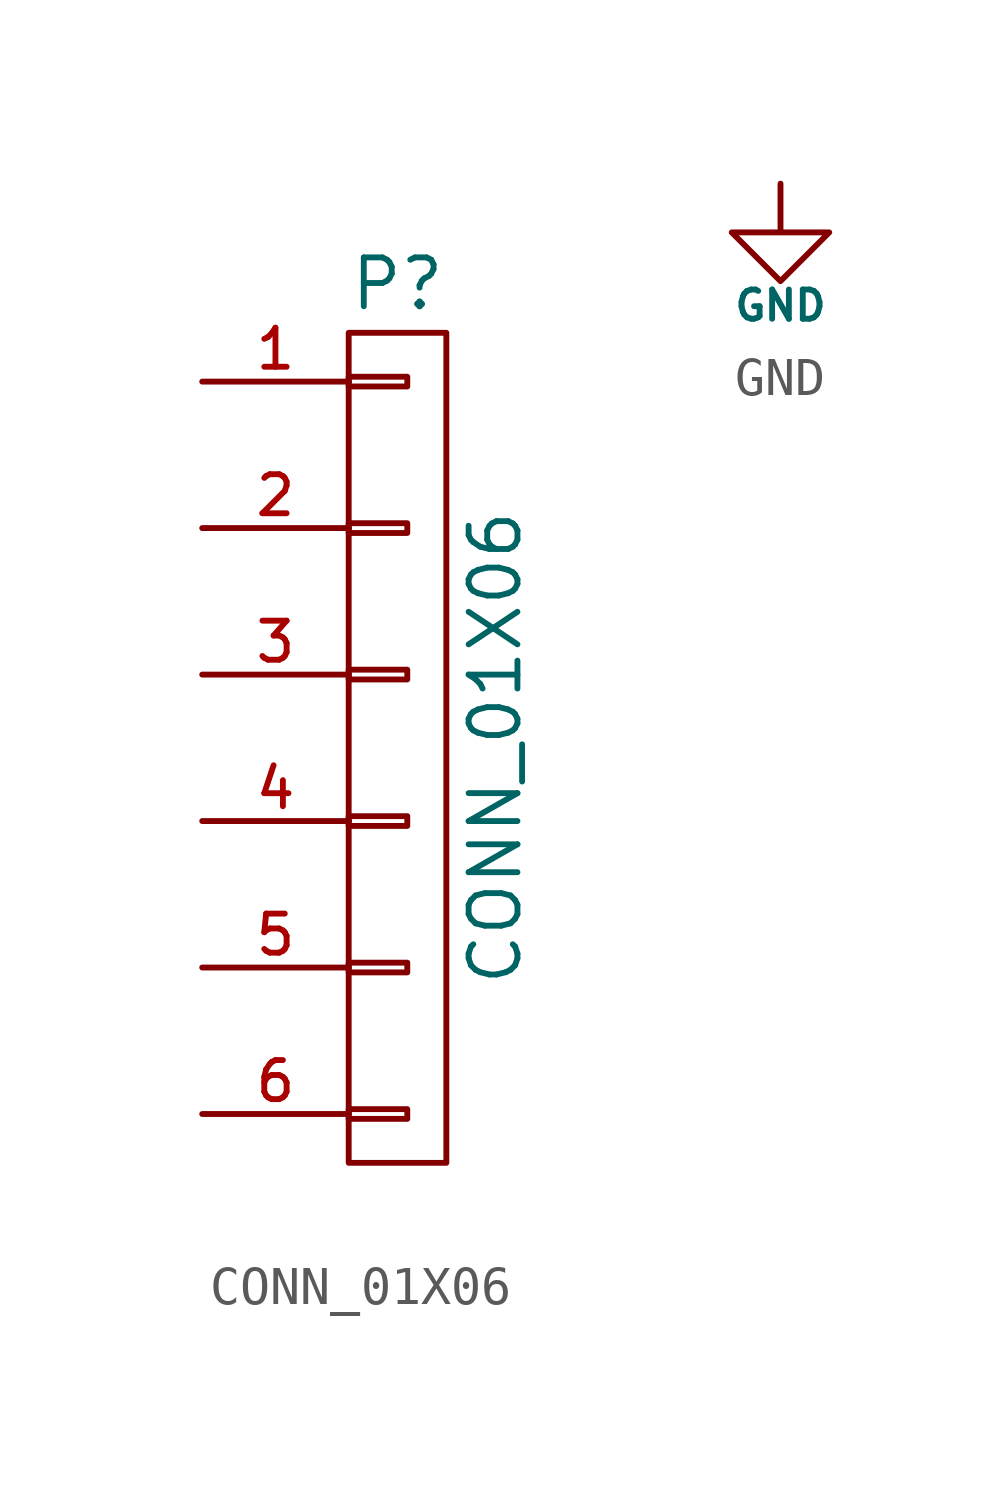
<source format=kicad_sym>
(kicad_symbol_lib
  (version 20211014)
  (generator kicad_symbol_editor)
  (symbol "CONN_01X06"
    (pin_names
      (offset 1.016) hide)
    (property "Reference" "P"
      (at 0 12.065 0)
      (effects (font (size 1.27 1.27))))
    (property "Value" "CONN_01X06"
      (at 2.54 0 90)
      (effects (font (size 1.27 1.27))))
    (property "Footprint" ""
      (at 0 5.715 0)
      (effects (font (size 1.27 1.27))))
    (property "Datasheet" ""
      (at 0 5.715 0)
      (effects (font (size 1.27 1.27))))
    (symbol "CONN_01X06_0_1"
      (rectangle (start -1.27 -9.398) (end 0.254 -9.652) (stroke (width 0) (type default) (color 0 0 0 0)) (fill (type none)))
      (rectangle (start -1.27 -5.588) (end 0.254 -5.842) (stroke (width 0) (type default) (color 0 0 0 0)) (fill (type none)))
      (rectangle (start -1.27 -1.778) (end 0.254 -2.032) (stroke (width 0) (type default) (color 0 0 0 0)) (fill (type none)))
      (rectangle (start -1.27 2.032) (end 0.254 1.778) (stroke (width 0) (type default) (color 0 0 0 0)) (fill (type none)))
      (rectangle (start -1.27 5.842) (end 0.254 5.588) (stroke (width 0) (type default) (color 0 0 0 0)) (fill (type none)))
      (rectangle (start -1.27 9.652) (end 0.254 9.398) (stroke (width 0) (type default) (color 0 0 0 0)) (fill (type none)))
      (rectangle (start -1.27 10.795) (end 1.27 -10.795) (stroke (width 0) (type default) (color 0 0 0 0)) (fill (type none))))
    (symbol "CONN_01X06_1_1"
      (pin passive line (at -5.08 9.525 0) (length 3.81) (name "P1" (effects (font (size 1.016 1.016)))) (number "1" (effects (font (size 1.016 1.016)))))
      (pin passive line (at -5.08 5.715 0) (length 3.81) (name "P2" (effects (font (size 1.016 1.016)))) (number "2" (effects (font (size 1.016 1.016)))))
      (pin input line (at -5.08 1.905 0) (length 3.81) (name "3" (effects (font (size 1.016 1.016)))) (number "3" (effects (font (size 1.016 1.016)))))
      (pin input line (at -5.08 -1.905 0) (length 3.81) (name "4" (effects (font (size 1.016 1.016)))) (number "4" (effects (font (size 1.016 1.016)))))
      (pin input line (at -5.08 -5.715 0) (length 3.81) (name "5" (effects (font (size 1.016 1.016)))) (number "5" (effects (font (size 1.016 1.016)))))
      (pin input line (at -5.08 -9.525 0) (length 3.81) (name "6" (effects (font (size 1.016 1.016)))) (number "6" (effects (font (size 1.016 1.016)))))))
  (symbol "GND"
    (power)
    (pin_names
      (offset 0))
    (property "Reference" "#PWR"
      (at 0 -6.35 0)
      (effects (font (size 1.27 1.27)) hide))
    (property "Value" "GND"
      (at 0 -3.175 0)
      (effects (font (size 0.762 0.762))))
    (property "Footprint" ""
      (at 0 0 0)
      (effects (font (size 1.27 1.27))))
    (property "Datasheet" ""
      (at 0 0 0)
      (effects (font (size 1.27 1.27))))
    (symbol "GND_0_1"
      (polyline (pts (xy 0 0) (xy 0 -1.27) (xy 1.27 -1.27) (xy 0 -2.54) (xy -1.27 -1.27) (xy 0 -1.27)) (stroke (width 0) (type default) (color 0 0 0 0)) (fill (type none))))
    (symbol "GND_1_1"
      (pin power_in line (at 0 0 270) (length 0) hide (name "GND" (effects (font (size 1.27 1.27)))) (number "1" (effects (font (size 1.27 1.27))))))))
</source>
